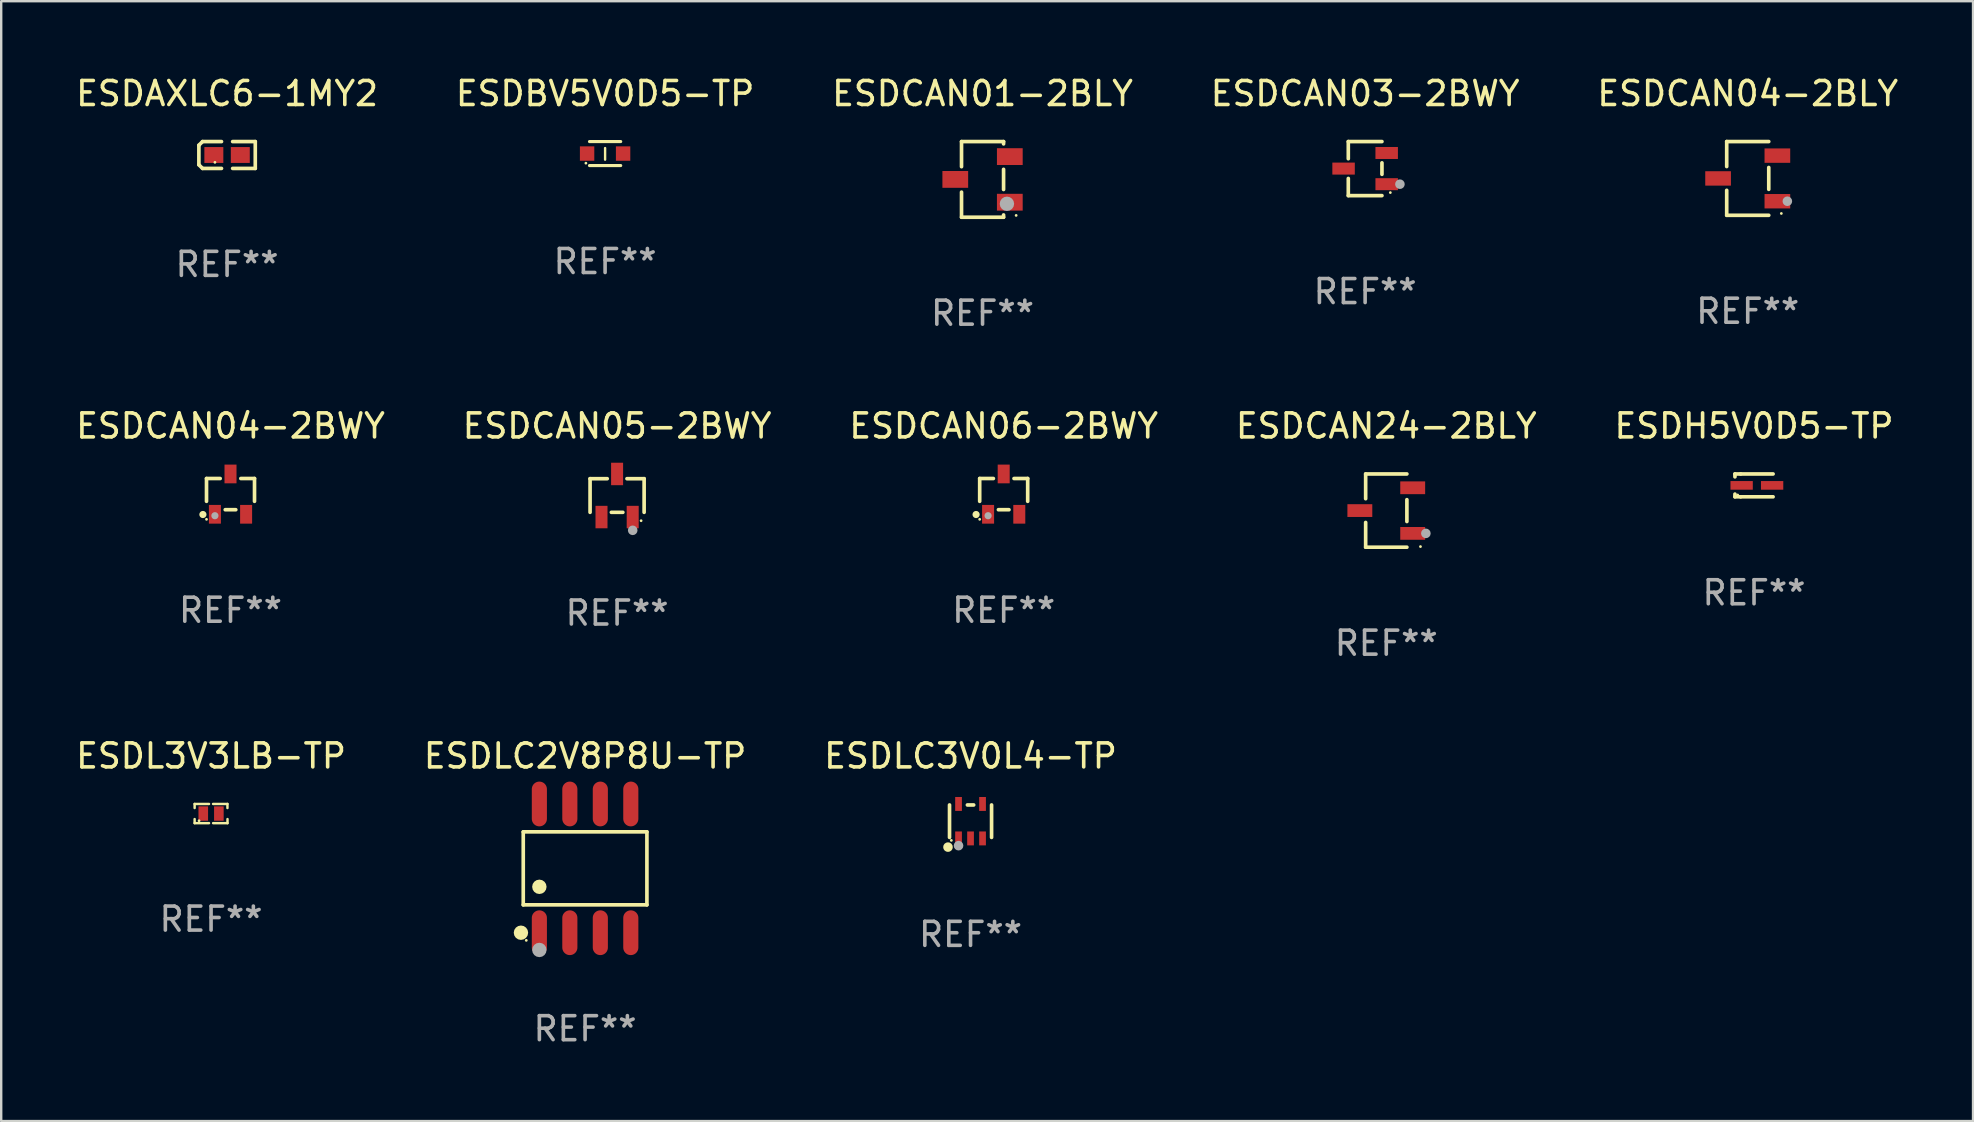
<source format=kicad_pcb>
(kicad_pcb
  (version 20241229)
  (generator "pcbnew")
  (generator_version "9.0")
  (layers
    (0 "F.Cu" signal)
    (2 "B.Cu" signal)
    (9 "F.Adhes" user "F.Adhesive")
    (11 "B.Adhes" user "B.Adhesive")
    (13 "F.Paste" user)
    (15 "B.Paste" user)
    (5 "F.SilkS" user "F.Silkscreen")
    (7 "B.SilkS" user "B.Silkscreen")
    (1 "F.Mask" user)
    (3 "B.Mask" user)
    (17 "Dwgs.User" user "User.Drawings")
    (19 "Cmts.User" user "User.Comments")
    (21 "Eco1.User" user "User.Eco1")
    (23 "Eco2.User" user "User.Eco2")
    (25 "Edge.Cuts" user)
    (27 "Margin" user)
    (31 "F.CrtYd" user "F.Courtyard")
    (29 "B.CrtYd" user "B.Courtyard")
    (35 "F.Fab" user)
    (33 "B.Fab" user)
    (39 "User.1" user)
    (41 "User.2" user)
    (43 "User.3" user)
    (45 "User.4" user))
  (footprint "ESDLC3V0L4-TP"
    (layer "F.Cu")
    (at 37.387 31.164)
    (property "Reference" "ESDLC3V0L4-TP" (at 0 -2.718 0) (layer "F.SilkS") (effects (font (size 1 1) (thickness 0.15))))
    (attr through_hole)
    (fp_line (start -0.876 0.676) (end -0.876 -0.676) (stroke (width 0.152) (type solid)) (layer "F.SilkS"))
    (fp_line (start 0.131 -0.676) (end -0.131 -0.676) (stroke (width 0.152) (type solid)) (layer "F.SilkS"))
    (fp_line (start 0.876 0.676) (end 0.876 -0.676) (stroke (width 0.152) (type solid)) (layer "F.SilkS"))
    (fp_circle (center -0.94 1.08) (end -0.84 1.08) (stroke (width 0.2) (type solid)) (fill no) (layer "F.SilkS"))
    (fp_circle (center -0.8 0.8) (end -0.77 0.8) (stroke (width 0.06) (type solid)) (fill no) (layer "F.SilkS"))
    (fp_circle (center -0.5 1.02) (end -0.4 1.02) (stroke (width 0.2) (type solid)) (fill no) (layer "F.Fab"))
    (fp_text user "REF**" (at 0 4.718 0) (layer "F.Fab") (effects (font (size 1 1) (thickness 0.15))))
    (pad "1" smd rect (at -0.5 0.718) (size 0.28 0.58) (layers "F.Cu" "F.Mask" "F.Paste"))
    (pad "2" smd rect (at -0.000102 0.718) (size 0.28 0.58) (layers "F.Cu" "F.Mask" "F.Paste"))
    (pad "3" smd rect (at 0.5 0.718) (size 0.28 0.58) (layers "F.Cu" "F.Mask" "F.Paste"))
    (pad "4" smd rect (at 0.5 -0.718) (size 0.28 0.58) (layers "F.Cu" "F.Mask" "F.Paste"))
    (pad "5" smd rect (at -0.5 -0.718) (size 0.28 0.58) (layers "F.Cu" "F.Mask" "F.Paste")))
  (footprint "ESDCAN06-2BWY"
    (layer "F.Cu")
    (at 38.768 17.537)
    (property "Reference" "ESDCAN06-2BWY" (at 0 -2.84 0) (layer "F.SilkS") (effects (font (size 1 1) (thickness 0.15))))
    (attr through_hole)
    (fp_line (start -1 -0.65) (end -1 0.3) (stroke (width 0.152) (type solid)) (layer "F.SilkS"))
    (fp_line (start -0.43 -0.65) (end -1 -0.65) (stroke (width 0.152) (type solid)) (layer "F.SilkS"))
    (fp_line (start 0.22 0.65) (end -0.22 0.65) (stroke (width 0.152) (type solid)) (layer "F.SilkS"))
    (fp_line (start 1 -0.65) (end 0.43 -0.65) (stroke (width 0.152) (type solid)) (layer "F.SilkS"))
    (fp_line (start 1 -0.65) (end 1 0.3) (stroke (width 0.152) (type solid)) (layer "F.SilkS"))
    (fp_circle (center -1.15 0.85) (end -1.075 0.85) (stroke (width 0.15) (type solid)) (fill no) (layer "F.SilkS"))
    (fp_circle (center -1 1.05) (end -0.97 1.05) (stroke (width 0.06) (type solid)) (fill no) (layer "F.SilkS"))
    (fp_circle (center -0.65 0.9) (end -0.575 0.9) (stroke (width 0.15) (type solid)) (fill no) (layer "F.Fab"))
    (fp_text user "REF**" (at 0 4.84 0) (layer "F.Fab") (effects (font (size 1 1) (thickness 0.15))))
    (pad "1" smd rect (at -0.65 0.84) (size 0.5 0.78) (layers "F.Cu" "F.Mask" "F.Paste"))
    (pad "2" smd rect (at 0.65 0.84) (size 0.5 0.78) (layers "F.Cu" "F.Mask" "F.Paste"))
    (pad "3" smd rect (at 0 -0.84) (size 0.5 0.78) (layers "F.Cu" "F.Mask" "F.Paste")))
  (footprint "ESDL3V3LB-TP"
    (layer "F.Cu")
    (at 5.744 30.846)
    (property "Reference" "ESDL3V3LB-TP" (at 0 -2.4 0) (layer "F.SilkS") (effects (font (size 1 1) (thickness 0.15))))
    (attr through_hole)
    (fp_line (start -0.685 -0.4) (end -0.685 -0.23) (stroke (width 0.102) (type solid)) (layer "F.SilkS"))
    (fp_line (start -0.685 0.4) (end -0.685 0.23) (stroke (width 0.102) (type solid)) (layer "F.SilkS"))
    (fp_line (start -0.085 -0.4) (end -0.685 -0.4) (stroke (width 0.102) (type solid)) (layer "F.SilkS"))
    (fp_line (start -0.085 0.4) (end -0.685 0.4) (stroke (width 0.102) (type solid)) (layer "F.SilkS"))
    (fp_line (start 0.082 -0.4) (end 0.682 -0.4) (stroke (width 0.102) (type solid)) (layer "F.SilkS"))
    (fp_line (start 0.085 0.4) (end 0.685 0.4) (stroke (width 0.102) (type solid)) (layer "F.SilkS"))
    (fp_line (start 0.682 -0.4) (end 0.682 -0.23) (stroke (width 0.102) (type solid)) (layer "F.SilkS"))
    (fp_line (start 0.685 0.4) (end 0.685 0.23) (stroke (width 0.102) (type solid)) (layer "F.SilkS"))
    (fp_circle (center -0.5 0.3) (end -0.47 0.3) (stroke (width 0.06) (type solid)) (fill no) (layer "F.SilkS"))
    (fp_text user "REF**" (at 0 4.4 0) (layer "F.Fab") (effects (font (size 1 1) (thickness 0.15))))
    (pad "1" smd rect (at -0.325 0) (size 0.4 0.6) (layers "F.Cu" "F.Mask" "F.Paste"))
    (pad "2" smd rect (at 0.325 0) (size 0.4 0.6) (layers "F.Cu" "F.Mask" "F.Paste")))
  (footprint "ESDCAN24-2BLY"
    (layer "F.Cu")
    (at 54.708 18.223)
    (property "Reference" "ESDCAN24-2BLY" (at 0 -3.526 0) (layer "F.SilkS") (effects (font (size 1 1) (thickness 0.15))))
    (attr through_hole)
    (fp_line (start -0.859 -1.526) (end -0.859 -0.495) (stroke (width 0.152) (type solid)) (layer "F.SilkS"))
    (fp_line (start -0.859 1.526) (end -0.859 0.495) (stroke (width 0.152) (type solid)) (layer "F.SilkS"))
    (fp_line (start 0.859 -1.526) (end -0.859 -1.526) (stroke (width 0.152) (type solid)) (layer "F.SilkS"))
    (fp_line (start 0.859 -0.455) (end 0.859 0.455) (stroke (width 0.152) (type solid)) (layer "F.SilkS"))
    (fp_line (start 0.859 1.526) (end -0.859 1.526) (stroke (width 0.152) (type solid)) (layer "F.SilkS"))
    (fp_circle (center 1.425 1.5) (end 1.455 1.5) (stroke (width 0.06) (type solid)) (fill no) (layer "F.SilkS"))
    (fp_circle (center 1.65 0.95) (end 1.75 0.95) (stroke (width 0.2) (type solid)) (fill no) (layer "F.Fab"))
    (fp_text user "REF**" (at 0 5.526 0) (layer "F.Fab") (effects (font (size 1 1) (thickness 0.15))))
    (pad "1" smd rect (at 1.101 0.95) (size 1.037 0.532) (layers "F.Cu" "F.Mask" "F.Paste"))
    (pad "2" smd rect (at 1.101 -0.95) (size 1.037 0.532) (layers "F.Cu" "F.Mask" "F.Paste"))
    (pad "3" smd rect (at -1.101 0) (size 1.037 0.532) (layers "F.Cu" "F.Mask" "F.Paste")))
  (footprint "ESDCAN03-2BWY"
    (layer "F.Cu")
    (at 53.827 3.974)
    (property "Reference" "ESDCAN03-2BWY" (at 0 -3.126 0) (layer "F.SilkS") (effects (font (size 1 1) (thickness 0.15))))
    (attr through_hole)
    (fp_line (start -0.701 -1.126) (end -0.701 -0.411) (stroke (width 0.152) (type solid)) (layer "F.SilkS"))
    (fp_line (start -0.701 1.126) (end -0.701 0.411) (stroke (width 0.152) (type solid)) (layer "F.SilkS"))
    (fp_line (start 0.701 -1.126) (end -0.701 -1.126) (stroke (width 0.152) (type solid)) (layer "F.SilkS"))
    (fp_line (start 0.701 -0.239) (end 0.701 0.239) (stroke (width 0.152) (type solid)) (layer "F.SilkS"))
    (fp_line (start 0.701 1.126) (end -0.701 1.126) (stroke (width 0.152) (type solid)) (layer "F.SilkS"))
    (fp_circle (center 1.05 1) (end 1.08 1) (stroke (width 0.06) (type solid)) (fill no) (layer "F.SilkS"))
    (fp_circle (center 1.45 0.65) (end 1.55 0.65) (stroke (width 0.2) (type solid)) (fill no) (layer "F.Fab"))
    (fp_text user "REF**" (at 0 5.126 0) (layer "F.Fab") (effects (font (size 1 1) (thickness 0.15))))
    (pad "1" smd rect (at 0.898 0.65) (size 0.936 0.5) (layers "F.Cu" "F.Mask" "F.Paste"))
    (pad "2" smd rect (at 0.898 -0.65) (size 0.936 0.5) (layers "F.Cu" "F.Mask" "F.Paste"))
    (pad "3" smd rect (at -0.898 0) (size 0.936 0.5) (layers "F.Cu" "F.Mask" "F.Paste")))
  (footprint "ESDCAN01-2BLY"
    (layer "F.Cu")
    (at 37.887 4.425)
    (property "Reference" "ESDCAN01-2BLY" (at 0 -3.576 0) (layer "F.SilkS") (effects (font (size 1 1) (thickness 0.15))))
    (attr through_hole)
    (fp_line (start -0.876 -0.53) (end -0.876 -1.576) (stroke (width 0.152) (type solid)) (layer "F.SilkS"))
    (fp_line (start -0.876 1.576) (end -0.876 0.53) (stroke (width 0.152) (type solid)) (layer "F.SilkS"))
    (fp_line (start 0.876 1.576) (end -0.876 1.576) (stroke (width 0.152) (type solid)) (layer "F.SilkS"))
    (fp_line (start 0.876 -1.576) (end -0.876 -1.576) (stroke (width 0.152) (type solid)) (layer "F.SilkS"))
    (fp_line (start 0.876 -1.576) (end 0.876 -1.48) (stroke (width 0.152) (type solid)) (layer "F.SilkS"))
    (fp_line (start 0.876 -0.42) (end 0.876 0.42) (stroke (width 0.152) (type solid)) (layer "F.SilkS"))
    (fp_line (start 0.876 1.48) (end 0.876 1.576) (stroke (width 0.152) (type solid)) (layer "F.SilkS"))
    (fp_circle (center 1.4 1.5) (end 1.43 1.5) (stroke (width 0.06) (type solid)) (fill no) (layer "F.SilkS"))
    (fp_circle (center 1.016 1.016) (end 1.166 1.016) (stroke (width 0.3) (type solid)) (fill no) (layer "F.Fab"))
    (fp_text user "REF**" (at 0 5.576 0) (layer "F.Fab") (effects (font (size 1 1) (thickness 0.15))))
    (pad "1" smd rect (at 1.136 0.95 90) (size 0.7 1.073) (layers "F.Cu" "F.Mask" "F.Paste"))
    (pad "2" smd rect (at 1.136 -0.95 90) (size 0.7 1.073) (layers "F.Cu" "F.Mask" "F.Paste"))
    (pad "3" smd rect (at -1.136 -0.000064 90) (size 0.7 1.073) (layers "F.Cu" "F.Mask" "F.Paste")))
  (footprint "ESDCAN04-2BWY"
    (layer "F.Cu")
    (at 6.554 17.537)
    (property "Reference" "ESDCAN04-2BWY" (at 0 -2.84 0) (layer "F.SilkS") (effects (font (size 1 1) (thickness 0.15))))
    (attr through_hole)
    (fp_line (start -1 -0.65) (end -1 0.3) (stroke (width 0.152) (type solid)) (layer "F.SilkS"))
    (fp_line (start -0.43 -0.65) (end -1 -0.65) (stroke (width 0.152) (type solid)) (layer "F.SilkS"))
    (fp_line (start 0.22 0.65) (end -0.22 0.65) (stroke (width 0.152) (type solid)) (layer "F.SilkS"))
    (fp_line (start 1 -0.65) (end 0.43 -0.65) (stroke (width 0.152) (type solid)) (layer "F.SilkS"))
    (fp_line (start 1 -0.65) (end 1 0.3) (stroke (width 0.152) (type solid)) (layer "F.SilkS"))
    (fp_circle (center -1.15 0.85) (end -1.075 0.85) (stroke (width 0.15) (type solid)) (fill no) (layer "F.SilkS"))
    (fp_circle (center -1 1.05) (end -0.97 1.05) (stroke (width 0.06) (type solid)) (fill no) (layer "F.SilkS"))
    (fp_circle (center -0.65 0.9) (end -0.575 0.9) (stroke (width 0.15) (type solid)) (fill no) (layer "F.Fab"))
    (fp_text user "REF**" (at 0 4.84 0) (layer "F.Fab") (effects (font (size 1 1) (thickness 0.15))))
    (pad "1" smd rect (at -0.65 0.84) (size 0.5 0.78) (layers "F.Cu" "F.Mask" "F.Paste"))
    (pad "2" smd rect (at 0.65 0.84) (size 0.5 0.78) (layers "F.Cu" "F.Mask" "F.Paste"))
    (pad "3" smd rect (at 0 -0.84) (size 0.5 0.78) (layers "F.Cu" "F.Mask" "F.Paste")))
  (footprint "ESDCAN04-2BLY"
    (layer "F.Cu")
    (at 69.768 4.384)
    (property "Reference" "ESDCAN04-2BLY" (at 0 -3.536 0) (layer "F.SilkS") (effects (font (size 1 1) (thickness 0.15))))
    (attr through_hole)
    (fp_line (start -0.876 -1.536) (end -0.876 -0.495) (stroke (width 0.152) (type solid)) (layer "F.SilkS"))
    (fp_line (start -0.876 1.536) (end -0.876 0.495) (stroke (width 0.152) (type solid)) (layer "F.SilkS"))
    (fp_line (start 0.876 -1.536) (end -0.876 -1.536) (stroke (width 0.152) (type solid)) (layer "F.SilkS"))
    (fp_line (start 0.876 -0.455) (end 0.876 0.455) (stroke (width 0.152) (type solid)) (layer "F.SilkS"))
    (fp_line (start 0.876 1.536) (end -0.876 1.536) (stroke (width 0.152) (type solid)) (layer "F.SilkS"))
    (fp_circle (center 1.4 1.46) (end 1.43 1.46) (stroke (width 0.06) (type solid)) (fill no) (layer "F.SilkS"))
    (fp_circle (center 1.651 0.95) (end 1.751 0.95) (stroke (width 0.2) (type solid)) (fill no) (layer "F.Fab"))
    (fp_text user "REF**" (at 0 5.536 0) (layer "F.Fab") (effects (font (size 1 1) (thickness 0.15))))
    (pad "1" smd rect (at 1.235 0.95) (size 1.07 0.6) (layers "F.Cu" "F.Mask" "F.Paste"))
    (pad "2" smd rect (at 1.235 -0.95) (size 1.07 0.6) (layers "F.Cu" "F.Mask" "F.Paste"))
    (pad "3" smd rect (at -1.235 0) (size 1.07 0.6) (layers "F.Cu" "F.Mask" "F.Paste")))
  (footprint "ESDH5V0D5-TP"
    (layer "F.Cu")
    (at 70.03 17.173)
    (property "Reference" "ESDH5V0D5-TP" (at 0 -2.476 0) (layer "F.SilkS") (effects (font (size 1 1) (thickness 0.15))))
    (attr through_hole)
    (fp_line (start -0.795 -0.476) (end -0.795 -0.356) (stroke (width 0.152) (type solid)) (layer "F.SilkS"))
    (fp_line (start -0.795 0.363) (end -0.795 0.476) (stroke (width 0.152) (type solid)) (layer "F.SilkS"))
    (fp_line (start -0.795 0.476) (end -0.557 0.476) (stroke (width 0.152) (type solid)) (layer "F.SilkS"))
    (fp_line (start -0.557 -0.476) (end -0.795 -0.476) (stroke (width 0.152) (type solid)) (layer "F.SilkS"))
    (fp_line (start -0.557 -0.476) (end 0.795 -0.476) (stroke (width 0.152) (type solid)) (layer "F.SilkS"))
    (fp_line (start -0.557 0.476) (end 0.795 0.476) (stroke (width 0.152) (type solid)) (layer "F.SilkS"))
    (fp_circle (center -0.681 0.4) (end -0.651 0.4) (stroke (width 0.06) (type solid)) (fill no) (layer "F.SilkS"))
    (fp_text user "REF**" (at 0 4.476 0) (layer "F.Fab") (effects (font (size 1 1) (thickness 0.15))))
    (pad "1" smd rect (at -0.516 0 180) (size 0.93 0.36) (layers "F.Cu" "F.Mask" "F.Paste"))
    (pad "2" smd rect (at 0.754 0 180) (size 0.93 0.36) (layers "F.Cu" "F.Mask" "F.Paste")))
  (footprint "ESDLC2V8P8U-TP"
    (layer "F.Cu")
    (at 21.327 33.129)
    (property "Reference" "ESDLC2V8P8U-TP" (at 0 -4.682 0) (layer "F.SilkS") (effects (font (size 1 1) (thickness 0.15))))
    (attr through_hole)
    (fp_line (start -2.576 -1.521) (end 2.576 -1.521) (stroke (width 0.152) (type solid)) (layer "F.SilkS"))
    (fp_line (start -2.576 1.521) (end -2.576 -1.521) (stroke (width 0.152) (type solid)) (layer "F.SilkS"))
    (fp_line (start 2.576 -1.521) (end 2.576 1.521) (stroke (width 0.152) (type solid)) (layer "F.SilkS"))
    (fp_line (start 2.576 1.521) (end -2.576 1.521) (stroke (width 0.152) (type solid)) (layer "F.SilkS"))
    (fp_circle (center -2.672 2.682) (end -2.522 2.682) (stroke (width 0.3) (type solid)) (fill no) (layer "F.SilkS"))
    (fp_circle (center -2.45 3) (end -2.42 3) (stroke (width 0.06) (type solid)) (fill no) (layer "F.SilkS"))
    (fp_circle (center -1.905 0.769) (end -1.755 0.769) (stroke (width 0.3) (type solid)) (fill no) (layer "F.SilkS"))
    (fp_circle (center -1.905 3.4) (end -1.755 3.4) (stroke (width 0.3) (type solid)) (fill no) (layer "F.Fab"))
    (fp_text user "REF**" (at 0 6.682 0) (layer "F.Fab") (effects (font (size 1 1) (thickness 0.15))))
    (pad "1" smd oval (at -1.905 2.682) (size 0.63 1.865) (layers "F.Cu" "F.Mask" "F.Paste"))
    (pad "2" smd oval (at -0.635 2.682) (size 0.63 1.865) (layers "F.Cu" "F.Mask" "F.Paste"))
    (pad "3" smd oval (at 0.635 2.682) (size 0.63 1.865) (layers "F.Cu" "F.Mask" "F.Paste"))
    (pad "4" smd oval (at 1.905 2.682) (size 0.63 1.865) (layers "F.Cu" "F.Mask" "F.Paste"))
    (pad "5" smd oval (at 1.905 -2.682) (size 0.63 1.865) (layers "F.Cu" "F.Mask" "F.Paste"))
    (pad "6" smd oval (at 0.635 -2.682) (size 0.63 1.865) (layers "F.Cu" "F.Mask" "F.Paste"))
    (pad "7" smd oval (at -0.635 -2.682) (size 0.63 1.865) (layers "F.Cu" "F.Mask" "F.Paste"))
    (pad "8" smd oval (at -1.905 -2.682) (size 0.63 1.865) (layers "F.Cu" "F.Mask" "F.Paste")))
  (footprint "ESDBV5V0D5-TP"
    (layer "F.Cu")
    (at 22.161 3.348)
    (property "Reference" "ESDBV5V0D5-TP" (at 0 -2.5 0) (layer "F.SilkS") (effects (font (size 1 1) (thickness 0.15))))
    (attr through_hole)
    (fp_line (start -0.65 -0.5) (end 0.65 -0.5) (stroke (width 0.13) (type solid)) (layer "F.SilkS"))
    (fp_line (start -0.65 0.5) (end 0.65 0.5) (stroke (width 0.13) (type solid)) (layer "F.SilkS"))
    (fp_line (start 0 -0.229) (end 0 0.254) (stroke (width 0.1) (type solid)) (layer "F.SilkS"))
    (fp_circle (center -0.8 0.4) (end -0.77 0.4) (stroke (width 0.06) (type solid)) (fill no) (layer "F.SilkS"))
    (fp_text user "REF**" (at 0 4.5 0) (layer "F.Fab") (effects (font (size 1 1) (thickness 0.15))))
    (pad "1" smd rect (at -0.75 0) (size 0.6 0.6) (layers "F.Cu" "F.Mask" "F.Paste"))
    (pad "2" smd rect (at 0.75 0 180) (size 0.6 0.6) (layers "F.Cu" "F.Mask" "F.Paste")))
  (footprint "ESDAXLC6-1MY2"
    (layer "F.Cu")
    (at 6.411 3.408)
    (property "Reference" "ESDAXLC6-1MY2" (at 0 -2.559 0) (layer "F.SilkS") (effects (font (size 1 1) (thickness 0.15))))
    (attr through_hole)
    (fp_line (start -1.175 -0.407) (end -1.023 -0.559) (stroke (width 0.152) (type solid)) (layer "F.SilkS"))
    (fp_line (start -1.175 0.407) (end -1.175 -0.407) (stroke (width 0.152) (type solid)) (layer "F.SilkS"))
    (fp_line (start -1.023 -0.559) (end -0.232 -0.559) (stroke (width 0.152) (type solid)) (layer "F.SilkS"))
    (fp_line (start -1.023 0.559) (end -1.175 0.407) (stroke (width 0.152) (type solid)) (layer "F.SilkS"))
    (fp_line (start -0.232 0.559) (end -1.023 0.559) (stroke (width 0.152) (type solid)) (layer "F.SilkS"))
    (fp_line (start 0.232 0.559) (end 1.175 0.559) (stroke (width 0.152) (type solid)) (layer "F.SilkS"))
    (fp_line (start 1.175 -0.559) (end 0.232 -0.559) (stroke (width 0.152) (type solid)) (layer "F.SilkS"))
    (fp_line (start 1.175 0.559) (end 1.175 -0.559) (stroke (width 0.152) (type solid)) (layer "F.SilkS"))
    (fp_circle (center -0.506 0.306) (end -0.476 0.306) (stroke (width 0.06) (type solid)) (fill no) (layer "F.SilkS"))
    (fp_text user "REF**" (at 0 4.559 0) (layer "F.Fab") (effects (font (size 1 1) (thickness 0.15))))
    (pad "1" smd rect (at -0.551 0) (size 0.79 0.661) (layers "F.Cu" "F.Mask" "F.Paste"))
    (pad "2" smd rect (at 0.551 0) (size 0.79 0.661) (layers "F.Cu" "F.Mask" "F.Paste")))
  (footprint "ESDCAN05-2BWY"
    (layer "F.Cu")
    (at 22.661 17.595)
    (property "Reference" "ESDCAN05-2BWY" (at 0 -2.898 0) (layer "F.SilkS") (effects (font (size 1 1) (thickness 0.15))))
    (attr through_hole)
    (fp_line (start -1.126 -0.701) (end -0.411 -0.701) (stroke (width 0.152) (type solid)) (layer "F.SilkS"))
    (fp_line (start -1.126 0.701) (end -1.126 -0.701) (stroke (width 0.152) (type solid)) (layer "F.SilkS"))
    (fp_line (start -0.239 0.701) (end 0.239 0.701) (stroke (width 0.152) (type solid)) (layer "F.SilkS"))
    (fp_line (start 1.126 -0.701) (end 0.411 -0.701) (stroke (width 0.152) (type solid)) (layer "F.SilkS"))
    (fp_line (start 1.126 0.701) (end 1.126 -0.701) (stroke (width 0.152) (type solid)) (layer "F.SilkS"))
    (fp_circle (center 1 1.05) (end 1.03 1.05) (stroke (width 0.06) (type solid)) (fill no) (layer "F.SilkS"))
    (fp_circle (center 0.65 1.45) (end 0.75 1.45) (stroke (width 0.2) (type solid)) (fill no) (layer "F.Fab"))
    (fp_text user "REF**" (at 0 4.898 0) (layer "F.Fab") (effects (font (size 1 1) (thickness 0.15))))
    (pad "1" smd rect (at 0.65 0.898 270) (size 0.936 0.5) (layers "F.Cu" "F.Mask" "F.Paste"))
    (pad "2" smd rect (at -0.65 0.898 270) (size 0.936 0.5) (layers "F.Cu" "F.Mask" "F.Paste"))
    (pad "3" smd rect (at -0.000114 -0.898 270) (size 0.936 0.5) (layers "F.Cu" "F.Mask" "F.Paste")))
  (gr_rect
    (start -3 -3)
    (end 79.155 43.659)
    (stroke (width 0.1) (type default))
    (fill no)
    (layer "Edge.Cuts")))
</source>
